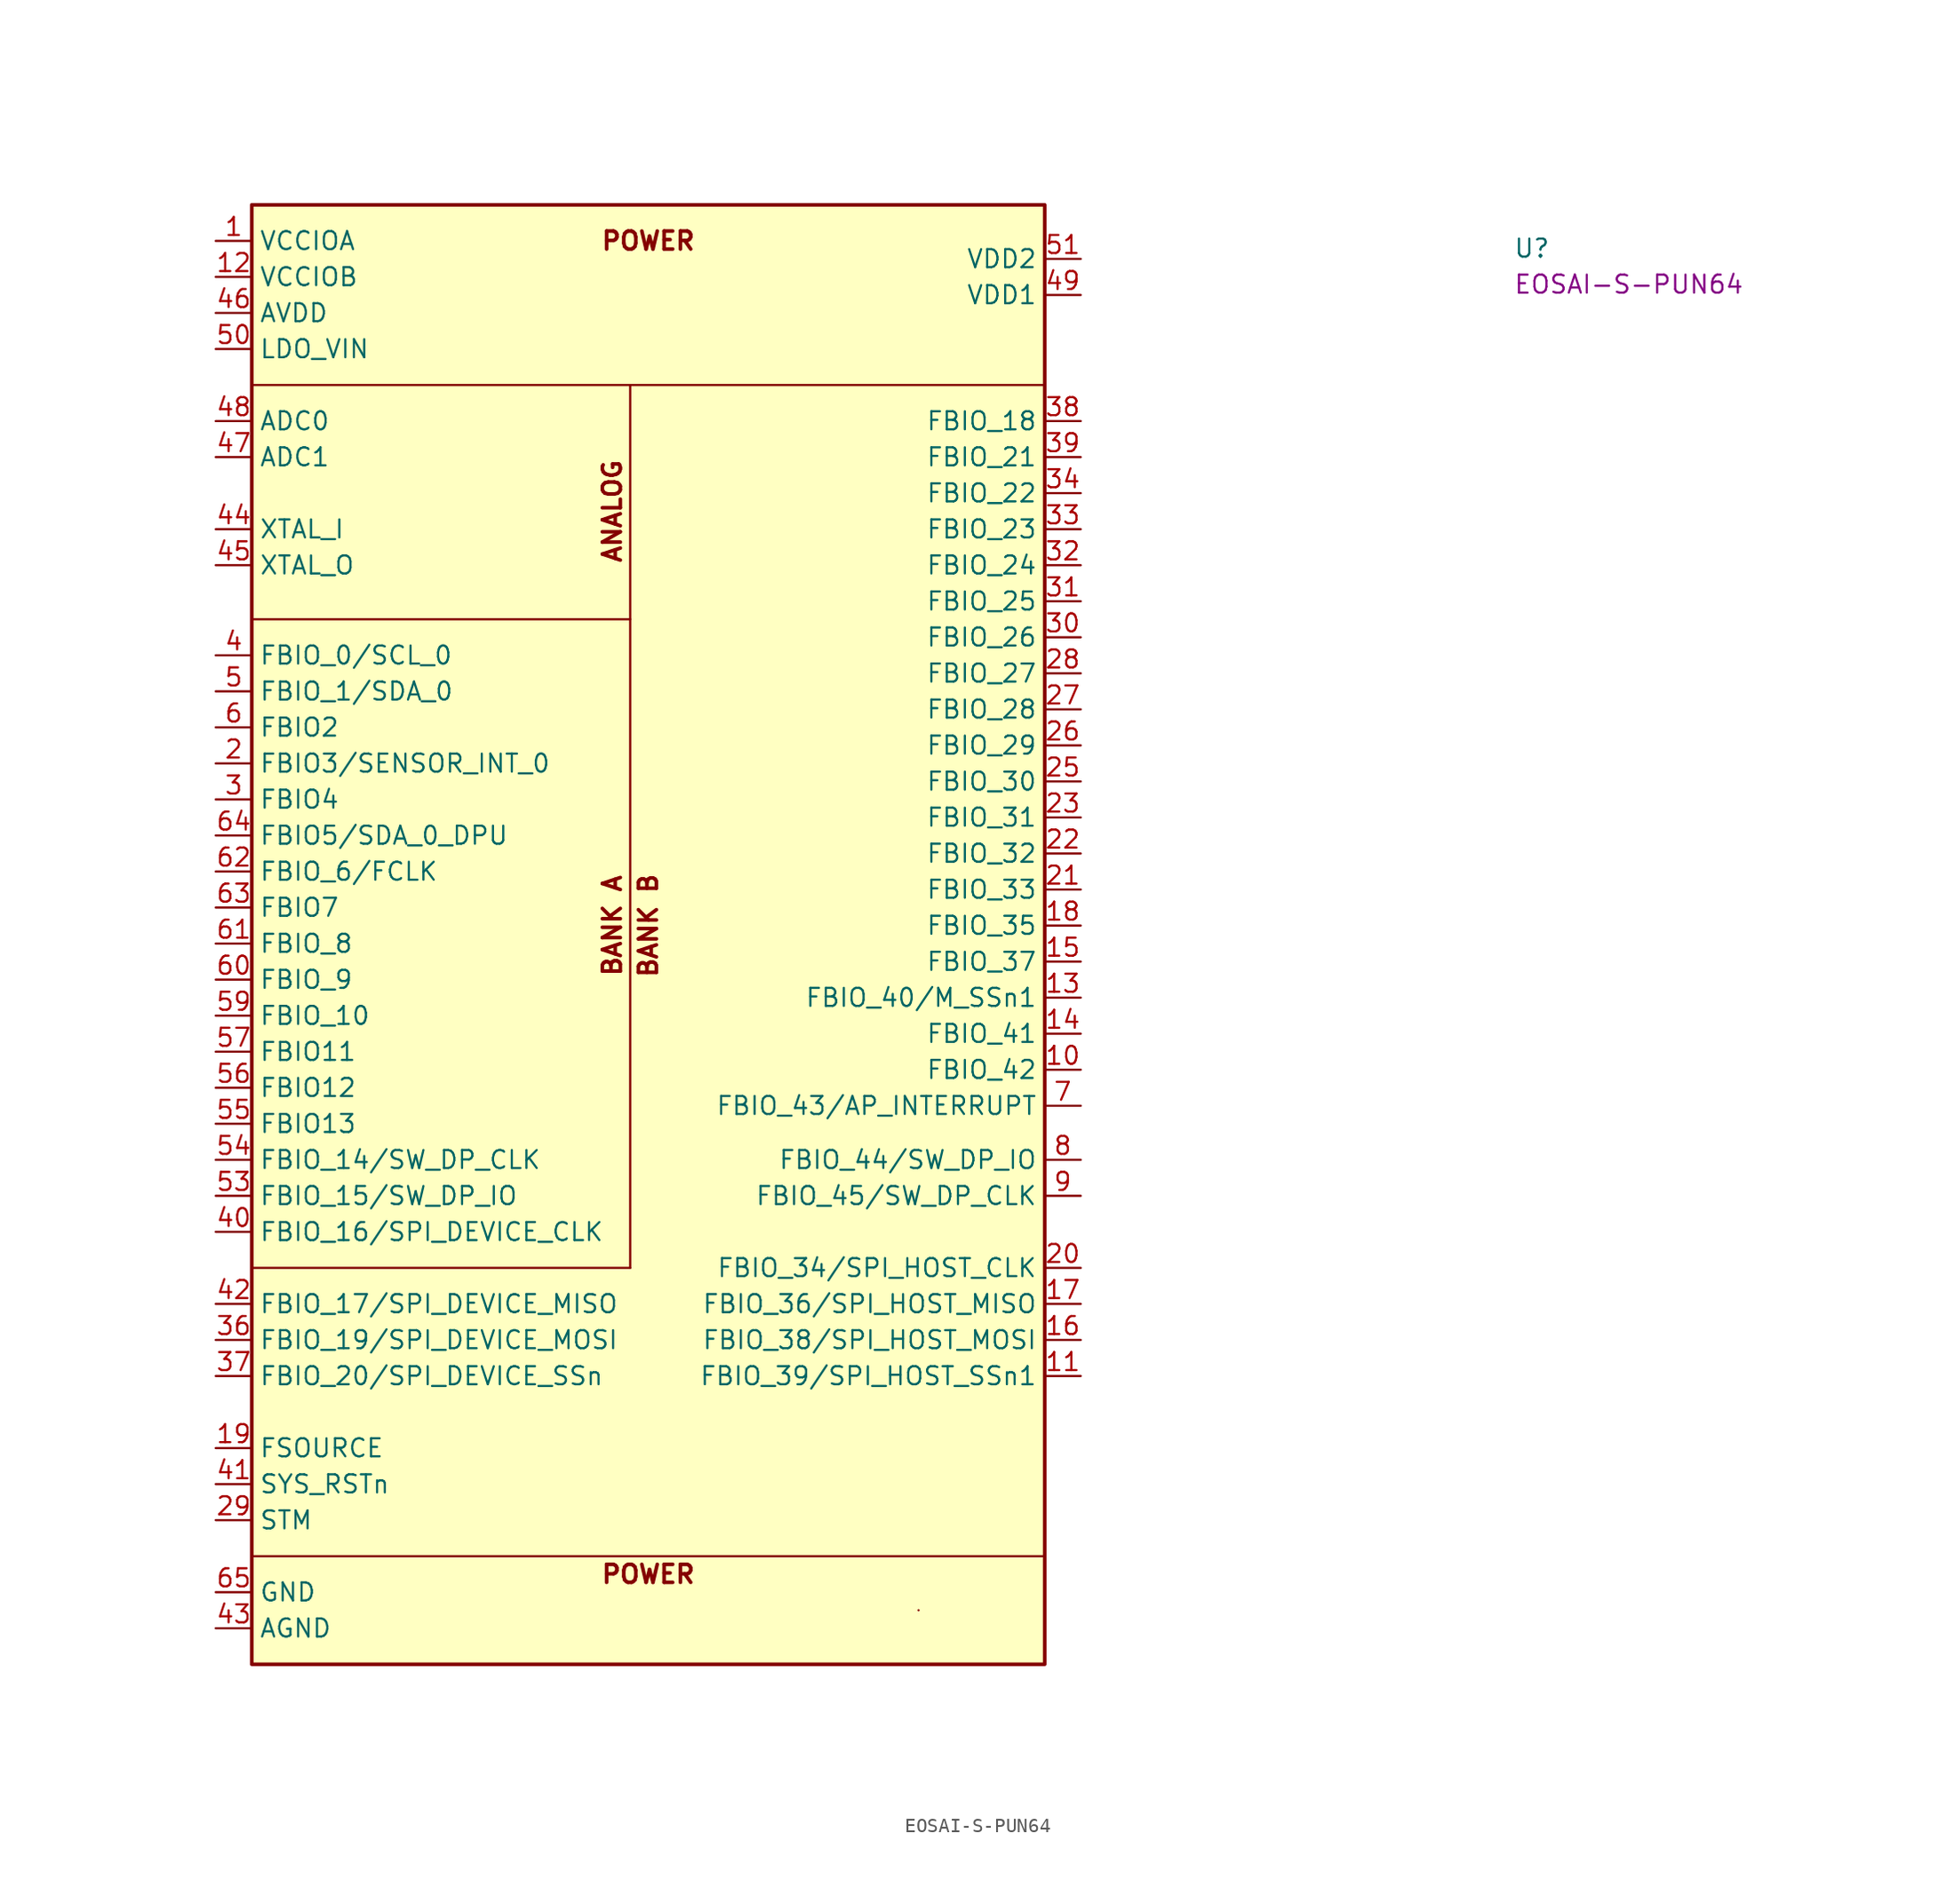
<source format=kicad_sym>
(kicad_symbol_lib
  (version 20220914)
  (generator kicad_symbol_editor)
  (symbol "EOSAI-S-PUN64"
    (property "Reference" "U"
      (at 91.44 -1.27 0)
      (effects (font (size 1.27 1.27)) (justify left bottom)))
    (property "MPN" "EOSAI-S-PUN64"
      (at 91.44 -3.81 0)
      (effects (font (size 1.27 1.27)) (justify left bottom)))
    (symbol "EOSAI-S-PUN64_0_1"
      (polyline (pts (xy 29.21 -72.39) (xy 29.21 -10.16)) (stroke (width 0) (type solid)) (fill (type none)))
      (rectangle (start 49.53 -96.52) (end 49.53 -96.52) (stroke (width 0) (type solid)) (fill (type none))))
    (symbol "EOSAI-S-PUN64_1_0"
      (text "BANK A" (at 27.94 -48.26 900) (effects (font (size 1.27 1.27) bold)))
      (text "BANK B" (at 30.48 -48.26 900) (effects (font (size 1.27 1.27) bold))))
    (symbol "EOSAI-S-PUN64_1_1"
      (polyline (pts (xy 2.54 -92.71) (xy 58.42 -92.71)) (stroke (width 0) (type default)) (fill (type none)))
      (polyline (pts (xy 29.21 -72.39) (xy 2.54 -72.39)) (stroke (width 0) (type default)) (fill (type none)))
      (polyline (pts (xy 29.21 -26.67) (xy 2.54 -26.67)) (stroke (width 0) (type default)) (fill (type none)))
      (polyline (pts (xy 58.42 -10.16) (xy 2.54 -10.16)) (stroke (width 0) (type default)) (fill (type none)))
      (rectangle (start 2.54 2.54) (end 58.42 -100.33) (stroke (width 0.254) (type solid)) (fill (type background)))
      (text "ANALOG" (at 27.94 -19.05 900) (effects (font (size 1.27 1.27) bold)))
      (text "POWER" (at 30.48 -93.98 0) (effects (font (size 1.27 1.27) bold)))
      (text "POWER" (at 30.48 0 0) (effects (font (size 1.27 1.27) bold)))
      (pin power_in line (at 0 0 0) (length 2.54) (name "VCCIOA" (effects (font (size 1.27 1.27)))) (number "1" (effects (font (size 1.27 1.27)))))
      (pin bidirectional line (at 60.96 -58.42 180) (length 2.54) (name "FBIO_42" (effects (font (size 1.27 1.27)))) (number "10" (effects (font (size 1.27 1.27)))))
      (pin bidirectional line (at 60.96 -80.01 180) (length 2.54) (name "FBIO_39/SPI_HOST_SSn1" (effects (font (size 1.27 1.27)))) (number "11" (effects (font (size 1.27 1.27)))))
      (pin power_in line (at 0 -2.54 0) (length 2.54) (name "VCCIOB" (effects (font (size 1.27 1.27)))) (number "12" (effects (font (size 1.27 1.27)))))
      (pin bidirectional line (at 60.96 -53.34 180) (length 2.54) (name "FBIO_40/M_SSn1" (effects (font (size 1.27 1.27)))) (number "13" (effects (font (size 1.27 1.27)))))
      (pin bidirectional line (at 60.96 -55.88 180) (length 2.54) (name "FBIO_41" (effects (font (size 1.27 1.27)))) (number "14" (effects (font (size 1.27 1.27)))))
      (pin bidirectional line (at 60.96 -50.8 180) (length 2.54) (name "FBIO_37" (effects (font (size 1.27 1.27)))) (number "15" (effects (font (size 1.27 1.27)))))
      (pin bidirectional line (at 60.96 -77.47 180) (length 2.54) (name "FBIO_38/SPI_HOST_MOSI" (effects (font (size 1.27 1.27)))) (number "16" (effects (font (size 1.27 1.27)))))
      (pin bidirectional line (at 60.96 -74.93 180) (length 2.54) (name "FBIO_36/SPI_HOST_MISO" (effects (font (size 1.27 1.27)))) (number "17" (effects (font (size 1.27 1.27)))))
      (pin bidirectional line (at 60.96 -48.26 180) (length 2.54) (name "FBIO_35" (effects (font (size 1.27 1.27)))) (number "18" (effects (font (size 1.27 1.27)))))
      (pin passive line (at 0 -85.09 0) (length 2.54) (name "FSOURCE" (effects (font (size 1.27 1.27)))) (number "19" (effects (font (size 1.27 1.27)))))
      (pin bidirectional line (at 0 -36.83 0) (length 2.54) (name "FBIO3/SENSOR_INT_0" (effects (font (size 1.27 1.27)))) (number "2" (effects (font (size 1.27 1.27)))))
      (pin bidirectional line (at 60.96 -72.39 180) (length 2.54) (name "FBIO_34/SPI_HOST_CLK" (effects (font (size 1.27 1.27)))) (number "20" (effects (font (size 1.27 1.27)))))
      (pin bidirectional line (at 60.96 -45.72 180) (length 2.54) (name "FBIO_33" (effects (font (size 1.27 1.27)))) (number "21" (effects (font (size 1.27 1.27)))))
      (pin bidirectional line (at 60.96 -43.18 180) (length 2.54) (name "FBIO_32" (effects (font (size 1.27 1.27)))) (number "22" (effects (font (size 1.27 1.27)))))
      (pin bidirectional line (at 60.96 -40.64 180) (length 2.54) (name "FBIO_31" (effects (font (size 1.27 1.27)))) (number "23" (effects (font (size 1.27 1.27)))))
      (pin passive line (at 0 -2.54 0) (length 2.54) hide (name "VCCIOB" (effects (font (size 1.27 1.27)))) (number "24" (effects (font (size 1.27 1.27)))))
      (pin bidirectional line (at 60.96 -38.1 180) (length 2.54) (name "FBIO_30" (effects (font (size 1.27 1.27)))) (number "25" (effects (font (size 1.27 1.27)))))
      (pin bidirectional line (at 60.96 -35.56 180) (length 2.54) (name "FBIO_29" (effects (font (size 1.27 1.27)))) (number "26" (effects (font (size 1.27 1.27)))))
      (pin bidirectional line (at 60.96 -33.02 180) (length 2.54) (name "FBIO_28" (effects (font (size 1.27 1.27)))) (number "27" (effects (font (size 1.27 1.27)))))
      (pin bidirectional line (at 60.96 -30.48 180) (length 2.54) (name "FBIO_27" (effects (font (size 1.27 1.27)))) (number "28" (effects (font (size 1.27 1.27)))))
      (pin input line (at 0 -90.17 0) (length 2.54) (name "STM" (effects (font (size 1.27 1.27)))) (number "29" (effects (font (size 1.27 1.27)))))
      (pin bidirectional line (at 0 -39.37 0) (length 2.54) (name "FBIO4" (effects (font (size 1.27 1.27)))) (number "3" (effects (font (size 1.27 1.27)))))
      (pin bidirectional line (at 60.96 -27.94 180) (length 2.54) (name "FBIO_26" (effects (font (size 1.27 1.27)))) (number "30" (effects (font (size 1.27 1.27)))))
      (pin bidirectional line (at 60.96 -25.4 180) (length 2.54) (name "FBIO_25" (effects (font (size 1.27 1.27)))) (number "31" (effects (font (size 1.27 1.27)))))
      (pin bidirectional line (at 60.96 -22.86 180) (length 2.54) (name "FBIO_24" (effects (font (size 1.27 1.27)))) (number "32" (effects (font (size 1.27 1.27)))))
      (pin bidirectional line (at 60.96 -20.32 180) (length 2.54) (name "FBIO_23" (effects (font (size 1.27 1.27)))) (number "33" (effects (font (size 1.27 1.27)))))
      (pin bidirectional line (at 60.96 -17.78 180) (length 2.54) (name "FBIO_22" (effects (font (size 1.27 1.27)))) (number "34" (effects (font (size 1.27 1.27)))))
      (pin passive line (at 0 -2.54 0) (length 2.54) hide (name "VCCIOB" (effects (font (size 1.27 1.27)))) (number "35" (effects (font (size 1.27 1.27)))))
      (pin bidirectional line (at 0 -77.47 0) (length 2.54) (name "FBIO_19/SPI_DEVICE_MOSI" (effects (font (size 1.27 1.27)))) (number "36" (effects (font (size 1.27 1.27)))))
      (pin bidirectional line (at 0 -80.01 0) (length 2.54) (name "FBIO_20/SPI_DEVICE_SSn" (effects (font (size 1.27 1.27)))) (number "37" (effects (font (size 1.27 1.27)))))
      (pin bidirectional line (at 60.96 -12.7 180) (length 2.54) (name "FBIO_18" (effects (font (size 1.27 1.27)))) (number "38" (effects (font (size 1.27 1.27)))))
      (pin bidirectional line (at 60.96 -15.24 180) (length 2.54) (name "FBIO_21" (effects (font (size 1.27 1.27)))) (number "39" (effects (font (size 1.27 1.27)))))
      (pin bidirectional line (at 0 -29.21 0) (length 2.54) (name "FBIO_0/SCL_0" (effects (font (size 1.27 1.27)))) (number "4" (effects (font (size 1.27 1.27)))))
      (pin bidirectional line (at 0 -69.85 0) (length 2.54) (name "FBIO_16/SPI_DEVICE_CLK" (effects (font (size 1.27 1.27)))) (number "40" (effects (font (size 1.27 1.27)))))
      (pin input line (at 0 -87.63 0) (length 2.54) (name "SYS_RSTn" (effects (font (size 1.27 1.27)))) (number "41" (effects (font (size 1.27 1.27)))))
      (pin bidirectional line (at 0 -74.93 0) (length 2.54) (name "FBIO_17/SPI_DEVICE_MISO" (effects (font (size 1.27 1.27)))) (number "42" (effects (font (size 1.27 1.27)))))
      (pin power_in line (at 0 -97.79 0) (length 2.54) (name "AGND" (effects (font (size 1.27 1.27)))) (number "43" (effects (font (size 1.27 1.27)))))
      (pin input line (at 0 -20.32 0) (length 2.54) (name "XTAL_I" (effects (font (size 1.27 1.27)))) (number "44" (effects (font (size 1.27 1.27)))))
      (pin input line (at 0 -22.86 0) (length 2.54) (name "XTAL_O" (effects (font (size 1.27 1.27)))) (number "45" (effects (font (size 1.27 1.27)))))
      (pin power_in line (at 0 -5.08 0) (length 2.54) (name "AVDD" (effects (font (size 1.27 1.27)))) (number "46" (effects (font (size 1.27 1.27)))))
      (pin input line (at 0 -15.24 0) (length 2.54) (name "ADC1" (effects (font (size 1.27 1.27)))) (number "47" (effects (font (size 1.27 1.27)))))
      (pin input line (at 0 -12.7 0) (length 2.54) (name "ADC0" (effects (font (size 1.27 1.27)))) (number "48" (effects (font (size 1.27 1.27)))))
      (pin power_out line (at 60.96 -3.81 180) (length 2.54) (name "VDD1" (effects (font (size 1.27 1.27)))) (number "49" (effects (font (size 1.27 1.27)))))
      (pin bidirectional line (at 0 -31.75 0) (length 2.54) (name "FBIO_1/SDA_0" (effects (font (size 1.27 1.27)))) (number "5" (effects (font (size 1.27 1.27)))))
      (pin power_in line (at 0 -7.62 0) (length 2.54) (name "LDO_VIN" (effects (font (size 1.27 1.27)))) (number "50" (effects (font (size 1.27 1.27)))))
      (pin power_out line (at 60.96 -1.27 180) (length 2.54) (name "VDD2" (effects (font (size 1.27 1.27)))) (number "51" (effects (font (size 1.27 1.27)))))
      (pin passive line (at 0 -7.62 0) (length 2.54) hide (name "LDO_VIN" (effects (font (size 1.27 1.27)))) (number "52" (effects (font (size 1.27 1.27)))))
      (pin bidirectional line (at 0 -67.31 0) (length 2.54) (name "FBIO_15/SW_DP_IO" (effects (font (size 1.27 1.27)))) (number "53" (effects (font (size 1.27 1.27)))))
      (pin bidirectional line (at 0 -64.77 0) (length 2.54) (name "FBIO_14/SW_DP_CLK" (effects (font (size 1.27 1.27)))) (number "54" (effects (font (size 1.27 1.27)))))
      (pin bidirectional line (at 0 -62.23 0) (length 2.54) (name "FBIO13" (effects (font (size 1.27 1.27)))) (number "55" (effects (font (size 1.27 1.27)))))
      (pin bidirectional line (at 0 -59.69 0) (length 2.54) (name "FBIO12" (effects (font (size 1.27 1.27)))) (number "56" (effects (font (size 1.27 1.27)))))
      (pin bidirectional line (at 0 -57.15 0) (length 2.54) (name "FBIO11" (effects (font (size 1.27 1.27)))) (number "57" (effects (font (size 1.27 1.27)))))
      (pin passive line (at 0 0 0) (length 2.54) hide (name "VCCIOA" (effects (font (size 1.27 1.27)))) (number "58" (effects (font (size 1.27 1.27)))))
      (pin bidirectional line (at 0 -54.61 0) (length 2.54) (name "FBIO_10" (effects (font (size 1.27 1.27)))) (number "59" (effects (font (size 1.27 1.27)))))
      (pin bidirectional line (at 0 -34.29 0) (length 2.54) (name "FBIO2" (effects (font (size 1.27 1.27)))) (number "6" (effects (font (size 1.27 1.27)))))
      (pin bidirectional line (at 0 -52.07 0) (length 2.54) (name "FBIO_9" (effects (font (size 1.27 1.27)))) (number "60" (effects (font (size 1.27 1.27)))))
      (pin bidirectional line (at 0 -49.53 0) (length 2.54) (name "FBIO_8" (effects (font (size 1.27 1.27)))) (number "61" (effects (font (size 1.27 1.27)))))
      (pin bidirectional line (at 0 -44.45 0) (length 2.54) (name "FBIO_6/FCLK" (effects (font (size 1.27 1.27)))) (number "62" (effects (font (size 1.27 1.27)))))
      (pin bidirectional line (at 0 -46.99 0) (length 2.54) (name "FBIO7" (effects (font (size 1.27 1.27)))) (number "63" (effects (font (size 1.27 1.27)))))
      (pin bidirectional line (at 0 -41.91 0) (length 2.54) (name "FBIO5/SDA_0_DPU" (effects (font (size 1.27 1.27)))) (number "64" (effects (font (size 1.27 1.27)))))
      (pin power_in line (at 0 -95.25 0) (length 2.54) (name "GND" (effects (font (size 1.27 1.27)))) (number "65" (effects (font (size 1.27 1.27)))))
      (pin bidirectional line (at 60.96 -60.96 180) (length 2.54) (name "FBIO_43/AP_INTERRUPT" (effects (font (size 1.27 1.27)))) (number "7" (effects (font (size 1.27 1.27)))))
      (pin bidirectional line (at 60.96 -64.77 180) (length 2.54) (name "FBIO_44/SW_DP_IO" (effects (font (size 1.27 1.27)))) (number "8" (effects (font (size 1.27 1.27)))))
      (pin bidirectional line (at 60.96 -67.31 180) (length 2.54) (name "FBIO_45/SW_DP_CLK" (effects (font (size 1.27 1.27)))) (number "9" (effects (font (size 1.27 1.27))))))))
</source>
